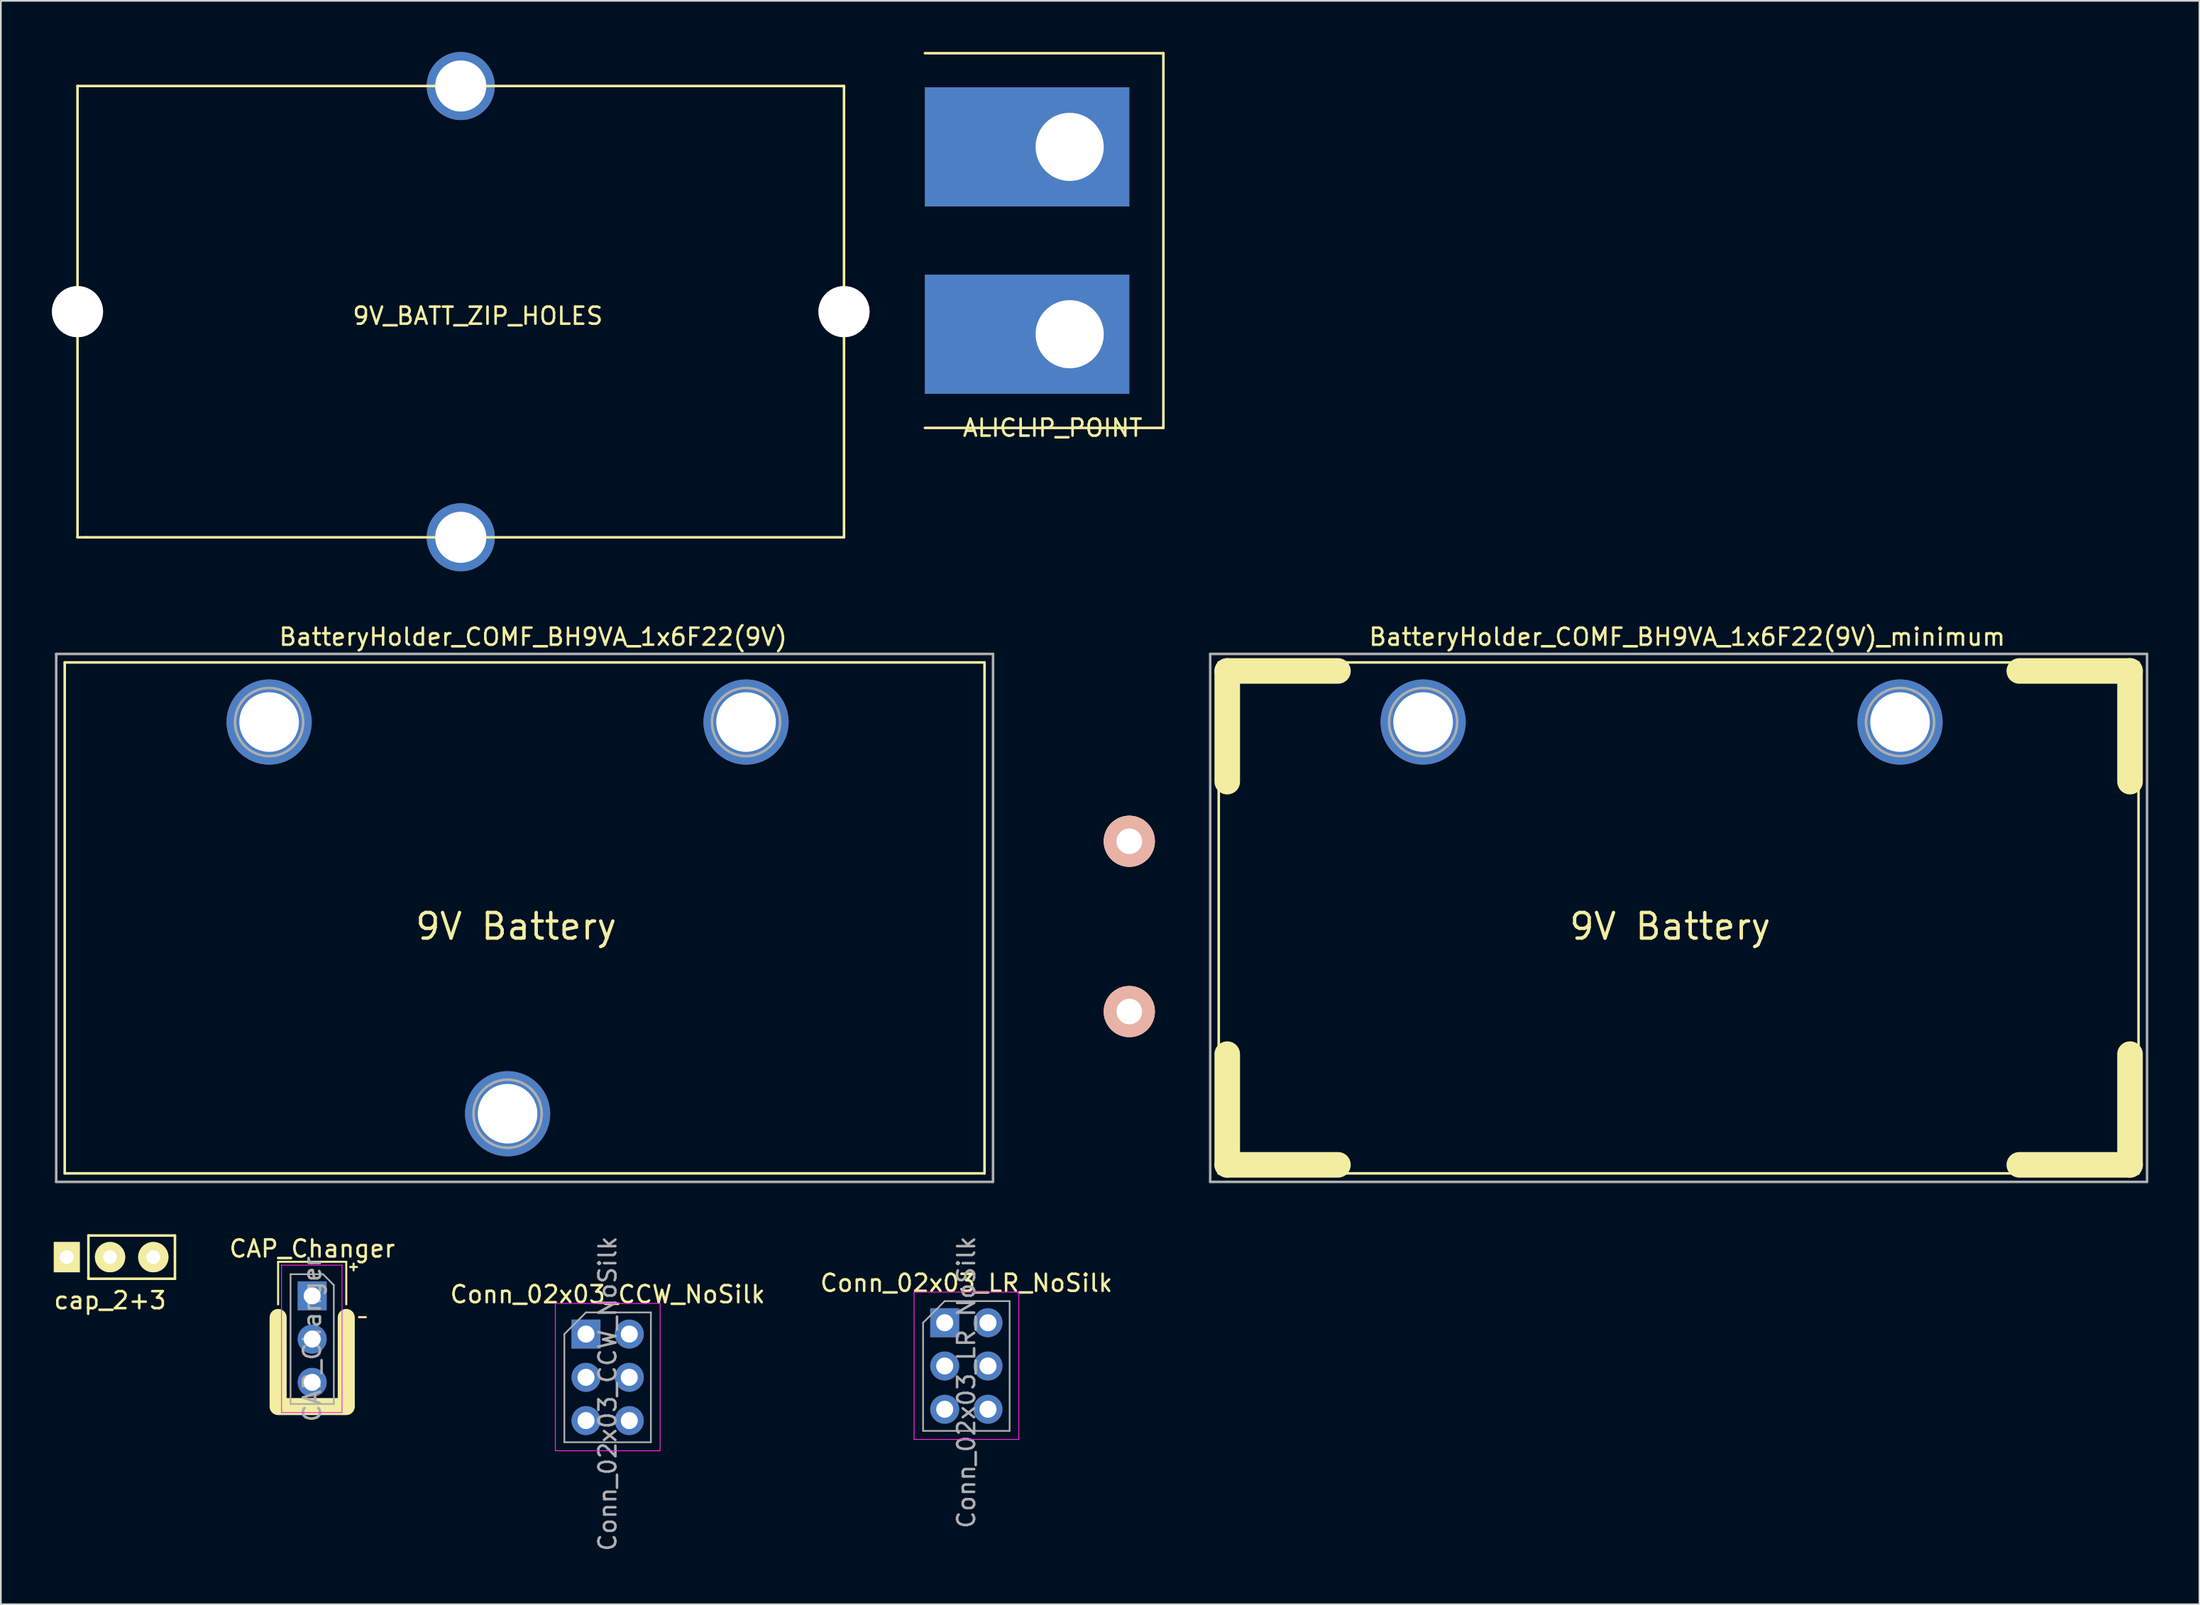
<source format=kicad_pcb>
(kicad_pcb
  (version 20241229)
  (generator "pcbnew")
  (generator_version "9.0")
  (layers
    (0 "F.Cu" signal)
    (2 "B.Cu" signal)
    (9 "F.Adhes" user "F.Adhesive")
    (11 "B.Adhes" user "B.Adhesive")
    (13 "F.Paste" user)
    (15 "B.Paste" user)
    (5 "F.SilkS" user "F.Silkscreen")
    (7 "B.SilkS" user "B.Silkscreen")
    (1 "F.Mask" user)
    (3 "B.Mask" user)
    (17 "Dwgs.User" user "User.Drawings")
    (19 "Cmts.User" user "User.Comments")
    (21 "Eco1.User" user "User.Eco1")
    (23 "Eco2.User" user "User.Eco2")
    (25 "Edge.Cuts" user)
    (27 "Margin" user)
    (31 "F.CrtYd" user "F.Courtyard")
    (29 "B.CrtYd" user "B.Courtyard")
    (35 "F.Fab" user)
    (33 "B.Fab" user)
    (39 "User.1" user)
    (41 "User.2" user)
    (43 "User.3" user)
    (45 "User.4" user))
  (footprint "CAP_Changer"
    (layer "F.Cu")
    (at 15.278 73.041)
    (property "Reference" "CAP_Changer" (at 0 -2.77 0) (layer "F.SilkS") (effects (font (size 1 1) (thickness 0.15))))
    (attr through_hole)
    (fp_line (start -2 0.5) (end -2 -2) (stroke (width 0.12) (type solid)) (layer "F.SilkS"))
    (fp_line (start -2 1.27) (end -2 6.41) (stroke (width 1) (type solid)) (layer "F.SilkS"))
    (fp_line (start -2 6.5) (end 2 6.5) (stroke (width 1) (type solid)) (layer "F.SilkS"))
    (fp_line (start 2 -2) (end -2 -2) (stroke (width 0.12) (type solid)) (layer "F.SilkS"))
    (fp_line (start 2 0.5) (end 2 -2) (stroke (width 0.12) (type solid)) (layer "F.SilkS"))
    (fp_line (start 2 1.27) (end 2 6.41) (stroke (width 1) (type solid)) (layer "F.SilkS"))
    (fp_line (start 2.23 -1.695) (end 2.63 -1.695) (stroke (width 0.12) (type solid)) (layer "F.SilkS"))
    (fp_line (start 2.43 -1.895) (end 2.43 -1.495) (stroke (width 0.12) (type solid)) (layer "F.SilkS"))
    (fp_line (start 2.75 1.25) (end 3.15 1.25) (stroke (width 0.12) (type solid)) (layer "F.SilkS"))
    (fp_line (start -1.8 -1.8) (end 1.75 -1.8) (stroke (width 0.05) (type solid)) (layer "F.CrtYd"))
    (fp_line (start -1.8 6.85) (end -1.8 -1.8) (stroke (width 0.05) (type solid)) (layer "F.CrtYd"))
    (fp_line (start 1.75 -1.8) (end 1.75 6.85) (stroke (width 0.05) (type solid)) (layer "F.CrtYd"))
    (fp_line (start 1.75 6.85) (end -1.8 6.85) (stroke (width 0.05) (type solid)) (layer "F.CrtYd"))
    (fp_line (start -1.27 -1.27) (end 0.635 -1.27) (stroke (width 0.1) (type solid)) (layer "F.Fab"))
    (fp_line (start -1.27 6.35) (end -1.27 -1.27) (stroke (width 0.1) (type solid)) (layer "F.Fab"))
    (fp_line (start 0.635 -1.27) (end 1.27 -0.635) (stroke (width 0.1) (type solid)) (layer "F.Fab"))
    (fp_line (start 1.27 -0.635) (end 1.27 6.35) (stroke (width 0.1) (type solid)) (layer "F.Fab"))
    (fp_line (start 1.27 6.35) (end -1.27 6.35) (stroke (width 0.1) (type solid)) (layer "F.Fab"))
    (fp_text user "${REFERENCE}" (at 0 2.54 90) (layer "F.Fab") (effects (font (size 1 1) (thickness 0.15))))
    (pad "1" thru_hole rect (at 0 0) (size 1.7 1.7) (drill 1) (layers "*.Cu" "*.Mask"))
    (pad "2" thru_hole oval (at 0 2.54) (size 1.7 1.7) (drill 1) (layers "*.Cu" "*.Mask"))
    (pad "3" thru_hole oval (at 0 5.08) (size 1.7 1.7) (drill 1) (layers "*.Cu" "*.Mask")))
  (footprint "BatteryHolder_COMF_BH9VA_1x6F22(9V)"
    (layer "F.Cu")
    (at 0.25 35.348)
    (property "Reference" "BatteryHolder_COMF_BH9VA_1x6F22(9V)" (at 28 -1 0) (layer "F.SilkS") (effects (font (size 1 1) (thickness 0.15))))
    (attr through_hole)
    (fp_line (start 0.5 0.5) (end 54.5 0.5) (stroke (width 0.15) (type solid)) (layer "F.SilkS"))
    (fp_line (start 0.5 30.5) (end 0.5 0.5) (stroke (width 0.15) (type solid)) (layer "F.SilkS"))
    (fp_line (start 54.5 0.5) (end 54.5 30.5) (stroke (width 0.15) (type solid)) (layer "F.SilkS"))
    (fp_line (start 54.5 30.5) (end 0.5 30.5) (stroke (width 0.15) (type solid)) (layer "F.SilkS"))
    (fp_line (start 0 0) (end 55 0) (stroke (width 0.15) (type solid)) (layer "F.Fab"))
    (fp_line (start 0 31) (end 0 0) (stroke (width 0.15) (type solid)) (layer "F.Fab"))
    (fp_line (start 55 0) (end 55 31) (stroke (width 0.15) (type solid)) (layer "F.Fab"))
    (fp_line (start 55 31) (end 0 31) (stroke (width 0.15) (type solid)) (layer "F.Fab"))
    (fp_circle (center 12.5 4) (end 14.5 4) (stroke (width 0.15) (type solid)) (fill no) (layer "F.Fab"))
    (fp_circle (center 26.5 27) (end 28.5 27) (stroke (width 0.15) (type solid)) (fill no) (layer "F.Fab"))
    (fp_circle (center 40.5 4) (end 42.5 4) (stroke (width 0.15) (type solid)) (fill no) (layer "F.Fab"))
    (fp_text user "9V Battery" (at 27 16 0) (layer "F.SilkS") (effects (font (size 1.5 1.5) (thickness 0.2))))
    (pad "0" thru_hole circle (at 12.5 4) (size 5 5) (drill 3.5) (layers "*.Cu" "*.Mask"))
    (pad "0" thru_hole circle (at 26.5 27) (size 5 5) (drill 3.5) (layers "*.Cu" "*.Mask"))
    (pad "0" thru_hole circle (at 40.5 4) (size 5 5) (drill 3.5) (layers "*.Cu" "*.Mask"))
    (pad "1" thru_hole circle (at 63 21) (size 3 3) (drill 1.5) (layers "*.Cu" "*.SilkS"))
    (pad "2" thru_hole circle (at 63 11) (size 3 3) (drill 1.5) (layers "*.Cu" "*.SilkS")))
  (footprint "Conn_02x03_CCW_NoSilk"
    (layer "F.Cu")
    (at 31.353 75.286)
    (property "Reference" "Conn_02x03_CCW_NoSilk" (at 1.27 -2.33 0) (layer "F.SilkS") (effects (font (size 1 1) (thickness 0.15))))
    (attr through_hole)
    (fp_line (start -1.8 -1.8) (end -1.8 6.85) (stroke (width 0.05) (type solid)) (layer "F.CrtYd"))
    (fp_line (start -1.8 6.85) (end 4.35 6.85) (stroke (width 0.05) (type solid)) (layer "F.CrtYd"))
    (fp_line (start 4.35 -1.8) (end -1.8 -1.8) (stroke (width 0.05) (type solid)) (layer "F.CrtYd"))
    (fp_line (start 4.35 6.85) (end 4.35 -1.8) (stroke (width 0.05) (type solid)) (layer "F.CrtYd"))
    (fp_line (start -1.27 0) (end 0 -1.27) (stroke (width 0.1) (type solid)) (layer "F.Fab"))
    (fp_line (start -1.27 6.35) (end -1.27 0) (stroke (width 0.1) (type solid)) (layer "F.Fab"))
    (fp_line (start 0 -1.27) (end 3.81 -1.27) (stroke (width 0.1) (type solid)) (layer "F.Fab"))
    (fp_line (start 3.81 -1.27) (end 3.81 6.35) (stroke (width 0.1) (type solid)) (layer "F.Fab"))
    (fp_line (start 3.81 6.35) (end -1.27 6.35) (stroke (width 0.1) (type solid)) (layer "F.Fab"))
    (fp_text user "${REFERENCE}" (at 1.27 3.5 90) (layer "F.Fab") (effects (font (size 1 1) (thickness 0.15))))
    (pad "1" thru_hole rect (at 0 0) (size 1.7 1.7) (drill 1) (layers "*.Cu" "*.Mask"))
    (pad "2" thru_hole oval (at 2.54 0) (size 1.7 1.7) (drill 1) (layers "*.Cu" "*.Mask"))
    (pad "3" thru_hole oval (at 0 2.54) (size 1.7 1.7) (drill 1) (layers "*.Cu" "*.Mask"))
    (pad "4" thru_hole oval (at 2.54 2.54) (size 1.7 1.7) (drill 1) (layers "*.Cu" "*.Mask"))
    (pad "5" thru_hole oval (at 0 5.08) (size 1.7 1.7) (drill 1) (layers "*.Cu" "*.Mask"))
    (pad "6" thru_hole oval (at 2.54 5.08) (size 1.7 1.7) (drill 1) (layers "*.Cu" "*.Mask")))
  (footprint "cap_2+3"
    (placed yes)
    (layer "F.Cu")
    (at 3.411 70.768)
    (property "Reference" "cap_2+3" (at 0 2.54 0) (layer "F.SilkS") (effects (font (size 1 1) (thickness 0.15))))
    (attr through_hole)
    (fp_line (start -1.27 -1.27) (end -1.27 1.27) (stroke (width 0.15) (type solid)) (layer "F.SilkS"))
    (fp_line (start -1.27 1.27) (end 3.81 1.27) (stroke (width 0.15) (type solid)) (layer "F.SilkS"))
    (fp_line (start 3.81 -1.27) (end -1.27 -1.27) (stroke (width 0.15) (type solid)) (layer "F.SilkS"))
    (fp_line (start 3.81 1.27) (end 3.81 -1.27) (stroke (width 0.15) (type solid)) (layer "F.SilkS"))
    (pad "1" thru_hole rect (at -2.54 0) (size 1.524 1.778) (drill 0.813) (layers "*.Cu" "*.Mask" "F.SilkS"))
    (pad "2" thru_hole circle (at 0 0) (size 1.778 1.778) (drill 0.813) (layers "*.Cu" "*.Mask" "F.SilkS"))
    (pad "2" thru_hole circle (at 2.54 0) (size 1.778 1.778) (drill 0.813) (layers "*.Cu" "*.Mask" "F.SilkS")))
  (footprint "ALICLIP_POINT"
    (layer "F.Cu")
    (at 51.25 11.075)
    (property "Reference" "ALICLIP_POINT" (at 7.5 11 0) (layer "F.SilkS") (effects (font (size 1 1) (thickness 0.15))))
    (attr through_hole)
    (fp_line (start 0 -11) (end 14 -11) (stroke (width 0.15) (type solid)) (layer "F.SilkS"))
    (fp_line (start 14 -11) (end 14 11) (stroke (width 0.15) (type solid)) (layer "F.SilkS"))
    (fp_line (start 14 11) (end 0 11) (stroke (width 0.15) (type solid)) (layer "F.SilkS"))
    (pad "1" thru_hole rect (at 8.5 -5.5 180) (size 12 7) (drill 4 (offset 2.5 0)) (layers "*.Cu" "*.Mask"))
    (pad "2" thru_hole rect (at 8.5 5.5 180) (size 12 7) (drill 4 (offset 2.5 0)) (layers "*.Cu" "*.Mask")))
  (footprint "9V_BATT_ZIP_HOLES"
    (layer "F.Cu")
    (at 1.5 2)
    (property "Reference" "9V_BATT_ZIP_HOLES" (at 23.5 13.5 0) (layer "F.SilkS") (effects (font (size 1 1) (thickness 0.15))))
    (attr through_hole)
    (fp_line (start 0 0) (end 45 0) (stroke (width 0.15) (type solid)) (layer "F.SilkS"))
    (fp_line (start 0 26.5) (end 0 0) (stroke (width 0.15) (type solid)) (layer "F.SilkS"))
    (fp_line (start 0.5 26.5) (end 0 26.5) (stroke (width 0.15) (type solid)) (layer "F.SilkS"))
    (fp_line (start 45 0) (end 45 26.5) (stroke (width 0.15) (type solid)) (layer "F.SilkS"))
    (fp_line (start 45 26.5) (end 0.5 26.5) (stroke (width 0.15) (type solid)) (layer "F.SilkS"))
    (pad "0" thru_hole circle (at 0 13.25) (size 3 3) (drill 3) (layers "*.Cu" "*.Mask"))
    (pad "0" thru_hole circle (at 22.5 0) (size 4 4) (drill 3) (layers "*.Cu" "*.Mask"))
    (pad "0" thru_hole circle (at 22.5 26.5) (size 4 4) (drill 3) (layers "*.Cu" "*.Mask"))
    (pad "0" thru_hole circle (at 45 13.25) (size 3 3) (drill 3) (layers "*.Cu" "*.Mask")))
  (footprint "BatteryHolder_COMF_BH9VA_1x6F22(9V)_minimum"
    (layer "F.Cu")
    (at 68 35.348)
    (property "Reference" "BatteryHolder_COMF_BH9VA_1x6F22(9V)_minimum" (at 28 -1 0) (layer "F.SilkS") (effects (font (size 1 1) (thickness 0.15))))
    (attr through_hole)
    (fp_line (start 0.5 0.5) (end 54.5 0.5) (stroke (width 0.15) (type solid)) (layer "F.SilkS"))
    (fp_line (start 0.5 30.5) (end 0.5 0.5) (stroke (width 0.15) (type solid)) (layer "F.SilkS"))
    (fp_line (start 1 1) (end 7.5 1) (stroke (width 1.5) (type solid)) (layer "F.SilkS"))
    (fp_line (start 1 7.5) (end 1 1) (stroke (width 1.5) (type solid)) (layer "F.SilkS"))
    (fp_line (start 1 30) (end 1 23.5) (stroke (width 1.5) (type solid)) (layer "F.SilkS"))
    (fp_line (start 7.5 30) (end 1 30) (stroke (width 1.5) (type solid)) (layer "F.SilkS"))
    (fp_line (start 47.5 1) (end 54 1) (stroke (width 1.5) (type solid)) (layer "F.SilkS"))
    (fp_line (start 54 1) (end 54 7.5) (stroke (width 1.5) (type solid)) (layer "F.SilkS"))
    (fp_line (start 54 23.5) (end 54 30) (stroke (width 1.5) (type solid)) (layer "F.SilkS"))
    (fp_line (start 54 30) (end 47.5 30) (stroke (width 1.5) (type solid)) (layer "F.SilkS"))
    (fp_line (start 54.5 0.5) (end 54.5 30.5) (stroke (width 0.15) (type solid)) (layer "F.SilkS"))
    (fp_line (start 54.5 30.5) (end 0.5 30.5) (stroke (width 0.15) (type solid)) (layer "F.SilkS"))
    (fp_line (start 0 0) (end 55 0) (stroke (width 0.15) (type solid)) (layer "F.Fab"))
    (fp_line (start 0 31) (end 0 0) (stroke (width 0.15) (type solid)) (layer "F.Fab"))
    (fp_line (start 55 0) (end 55 31) (stroke (width 0.15) (type solid)) (layer "F.Fab"))
    (fp_line (start 55 31) (end 0 31) (stroke (width 0.15) (type solid)) (layer "F.Fab"))
    (fp_circle (center 12.5 4) (end 14.5 4) (stroke (width 0.15) (type solid)) (fill no) (layer "F.Fab"))
    (fp_circle (center 40.5 4) (end 42.5 4) (stroke (width 0.15) (type solid)) (fill no) (layer "F.Fab"))
    (fp_text user "9V Battery" (at 27 16 0) (layer "F.SilkS") (effects (font (size 1.5 1.5) (thickness 0.2))))
    (pad "0" thru_hole circle (at 12.5 4) (size 5 5) (drill 3.5) (layers "*.Cu" "*.Mask"))
    (pad "0" thru_hole circle (at 40.5 4) (size 5 5) (drill 3.5) (layers "*.Cu" "*.Mask")))
  (footprint "Conn_02x03_LR_NoSilk"
    (layer "F.Cu")
    (at 52.413 74.62)
    (property "Reference" "Conn_02x03_LR_NoSilk" (at 1.27 -2.33 0) (layer "F.SilkS") (effects (font (size 1 1) (thickness 0.15))))
    (attr through_hole)
    (fp_line (start -1.8 -1.8) (end -1.8 6.85) (stroke (width 0.05) (type solid)) (layer "F.CrtYd"))
    (fp_line (start -1.8 6.85) (end 4.35 6.85) (stroke (width 0.05) (type solid)) (layer "F.CrtYd"))
    (fp_line (start 4.35 -1.8) (end -1.8 -1.8) (stroke (width 0.05) (type solid)) (layer "F.CrtYd"))
    (fp_line (start 4.35 6.85) (end 4.35 -1.8) (stroke (width 0.05) (type solid)) (layer "F.CrtYd"))
    (fp_line (start -1.27 0) (end 0 -1.27) (stroke (width 0.1) (type solid)) (layer "F.Fab"))
    (fp_line (start -1.27 6.35) (end -1.27 0) (stroke (width 0.1) (type solid)) (layer "F.Fab"))
    (fp_line (start 0 -1.27) (end 3.81 -1.27) (stroke (width 0.1) (type solid)) (layer "F.Fab"))
    (fp_line (start 3.81 -1.27) (end 3.81 6.35) (stroke (width 0.1) (type solid)) (layer "F.Fab"))
    (fp_line (start 3.81 6.35) (end -1.27 6.35) (stroke (width 0.1) (type solid)) (layer "F.Fab"))
    (fp_text user "${REFERENCE}" (at 1.27 3.5 90) (layer "F.Fab") (effects (font (size 1 1) (thickness 0.15))))
    (pad "1" thru_hole rect (at 0 0) (size 1.7 1.7) (drill 1) (layers "*.Cu" "*.Mask"))
    (pad "2" thru_hole oval (at 0 2.54) (size 1.7 1.7) (drill 1) (layers "*.Cu" "*.Mask"))
    (pad "3" thru_hole oval (at 0 5.08) (size 1.7 1.7) (drill 1) (layers "*.Cu" "*.Mask"))
    (pad "4" thru_hole oval (at 2.54 0) (size 1.7 1.7) (drill 1) (layers "*.Cu" "*.Mask"))
    (pad "5" thru_hole oval (at 2.54 2.54) (size 1.7 1.7) (drill 1) (layers "*.Cu" "*.Mask"))
    (pad "6" thru_hole oval (at 2.54 5.08) (size 1.7 1.7) (drill 1) (layers "*.Cu" "*.Mask")))
  (gr_rect
    (start -3 -3)
    (end 126.075 91.149)
    (stroke (width 0.1) (type default))
    (fill no)
    (layer "Edge.Cuts")))
</source>
